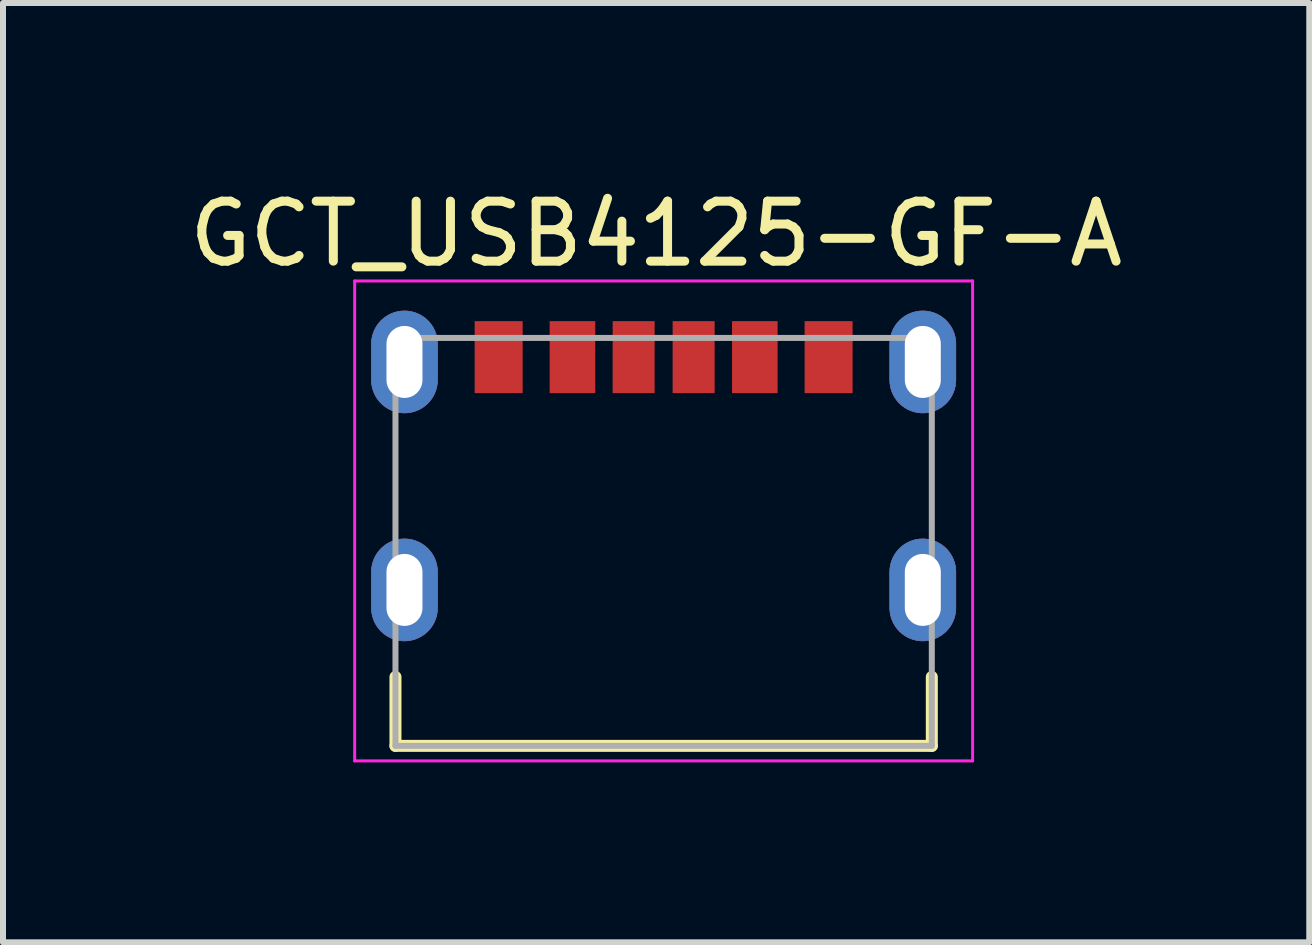
<source format=kicad_pcb>
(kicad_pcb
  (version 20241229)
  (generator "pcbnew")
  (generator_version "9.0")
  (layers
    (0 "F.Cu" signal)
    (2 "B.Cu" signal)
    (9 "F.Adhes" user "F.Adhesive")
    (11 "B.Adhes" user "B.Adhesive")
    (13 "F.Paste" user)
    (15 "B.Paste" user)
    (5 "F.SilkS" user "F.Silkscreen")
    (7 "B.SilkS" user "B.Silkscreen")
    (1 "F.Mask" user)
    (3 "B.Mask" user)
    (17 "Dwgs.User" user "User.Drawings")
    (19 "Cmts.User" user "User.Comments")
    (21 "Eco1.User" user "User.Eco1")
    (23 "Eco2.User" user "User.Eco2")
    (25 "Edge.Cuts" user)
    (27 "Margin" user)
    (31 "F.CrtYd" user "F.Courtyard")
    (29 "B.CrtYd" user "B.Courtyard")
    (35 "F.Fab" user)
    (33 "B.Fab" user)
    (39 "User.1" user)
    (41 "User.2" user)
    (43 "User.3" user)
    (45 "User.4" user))
  (footprint "GCT_USB4125-GF-A"
    (layer "F.Cu")
    (at 8.012 5.983)
    (property "Reference" "GCT_USB4125-GF-A" (at -0.125 -5.135 0) (layer "F.SilkS") (effects (font (size 1 1) (thickness 0.15))))
    (attr through_hole)
    (fp_poly (pts (xy -4.32 -3.85) (xy -4.349 -3.849) (xy -4.377 -3.847) (xy -4.406 -3.843) (xy -4.434 -3.838) (xy -4.462 -3.831) (xy -4.49 -3.823) (xy -4.517 -3.813) (xy -4.544 -3.802) (xy -4.57 -3.79) (xy -4.595 -3.776) (xy -4.62 -3.761) (xy -4.643 -3.745) (xy -4.666 -3.727) (xy -4.688 -3.709) (xy -4.709 -3.689) (xy -4.729 -3.668) (xy -4.747 -3.646) (xy -4.765 -3.623) (xy -4.781 -3.6) (xy -4.796 -3.575) (xy -4.81 -3.55) (xy -4.822 -3.524) (xy -4.833 -3.497) (xy -4.843 -3.47) (xy -4.851 -3.442) (xy -4.858 -3.414) (xy -4.863 -3.386) (xy -4.867 -3.357) (xy -4.869 -3.329) (xy -4.87 -3.3) (xy -4.87 -2.7) (xy -4.869 -2.671) (xy -4.867 -2.643) (xy -4.863 -2.614) (xy -4.858 -2.586) (xy -4.851 -2.558) (xy -4.843 -2.53) (xy -4.833 -2.503) (xy -4.822 -2.476) (xy -4.81 -2.45) (xy -4.796 -2.425) (xy -4.781 -2.4) (xy -4.765 -2.377) (xy -4.747 -2.354) (xy -4.729 -2.332) (xy -4.709 -2.311) (xy -4.688 -2.291) (xy -4.666 -2.273) (xy -4.643 -2.255) (xy -4.62 -2.239) (xy -4.595 -2.224) (xy -4.57 -2.21) (xy -4.544 -2.198) (xy -4.517 -2.187) (xy -4.49 -2.177) (xy -4.462 -2.169) (xy -4.434 -2.162) (xy -4.406 -2.157) (xy -4.377 -2.153) (xy -4.349 -2.151) (xy -4.32 -2.15) (xy -4.291 -2.151) (xy -4.263 -2.153) (xy -4.234 -2.157) (xy -4.206 -2.162) (xy -4.178 -2.169) (xy -4.15 -2.177) (xy -4.123 -2.187) (xy -4.096 -2.198) (xy -4.07 -2.21) (xy -4.045 -2.224) (xy -4.02 -2.239) (xy -3.997 -2.255) (xy -3.974 -2.273) (xy -3.952 -2.291) (xy -3.931 -2.311) (xy -3.911 -2.332) (xy -3.893 -2.354) (xy -3.875 -2.377) (xy -3.859 -2.4) (xy -3.844 -2.425) (xy -3.83 -2.45) (xy -3.818 -2.476) (xy -3.807 -2.503) (xy -3.797 -2.53) (xy -3.789 -2.558) (xy -3.782 -2.586) (xy -3.777 -2.614) (xy -3.773 -2.643) (xy -3.771 -2.671) (xy -3.77 -2.7) (xy -3.77 -3.3) (xy -3.771 -3.329) (xy -3.773 -3.357) (xy -3.777 -3.386) (xy -3.782 -3.414) (xy -3.789 -3.442) (xy -3.797 -3.47) (xy -3.807 -3.497) (xy -3.818 -3.524) (xy -3.83 -3.55) (xy -3.844 -3.575) (xy -3.859 -3.6) (xy -3.875 -3.623) (xy -3.893 -3.646) (xy -3.911 -3.668) (xy -3.931 -3.689) (xy -3.952 -3.709) (xy -3.974 -3.727) (xy -3.997 -3.745) (xy -4.02 -3.761) (xy -4.045 -3.776) (xy -4.07 -3.79) (xy -4.096 -3.802) (xy -4.123 -3.813) (xy -4.15 -3.823) (xy -4.178 -3.831) (xy -4.206 -3.838) (xy -4.234 -3.843) (xy -4.263 -3.847) (xy -4.291 -3.849) (xy -4.32 -3.85)) (stroke (width 0.01) (type solid)) (fill yes) (layer "F.Cu"))
    (fp_poly (pts (xy -4.32 -0.05) (xy -4.349 -0.049) (xy -4.377 -0.047) (xy -4.406 -0.043) (xy -4.434 -0.038) (xy -4.462 -0.031) (xy -4.49 -0.023) (xy -4.517 -0.013) (xy -4.544 -0.002) (xy -4.57 0.01) (xy -4.595 0.024) (xy -4.62 0.039) (xy -4.643 0.055) (xy -4.666 0.073) (xy -4.688 0.091) (xy -4.709 0.111) (xy -4.729 0.132) (xy -4.747 0.154) (xy -4.765 0.177) (xy -4.781 0.2) (xy -4.796 0.225) (xy -4.81 0.25) (xy -4.822 0.276) (xy -4.833 0.303) (xy -4.843 0.33) (xy -4.851 0.358) (xy -4.858 0.386) (xy -4.863 0.414) (xy -4.867 0.443) (xy -4.869 0.471) (xy -4.87 0.5) (xy -4.87 1.1) (xy -4.869 1.129) (xy -4.867 1.157) (xy -4.863 1.186) (xy -4.858 1.214) (xy -4.851 1.242) (xy -4.843 1.27) (xy -4.833 1.297) (xy -4.822 1.324) (xy -4.81 1.35) (xy -4.796 1.375) (xy -4.781 1.4) (xy -4.765 1.423) (xy -4.747 1.446) (xy -4.729 1.468) (xy -4.709 1.489) (xy -4.688 1.509) (xy -4.666 1.527) (xy -4.643 1.545) (xy -4.62 1.561) (xy -4.595 1.576) (xy -4.57 1.59) (xy -4.544 1.602) (xy -4.517 1.613) (xy -4.49 1.623) (xy -4.462 1.631) (xy -4.434 1.638) (xy -4.406 1.643) (xy -4.377 1.647) (xy -4.349 1.649) (xy -4.32 1.65) (xy -4.291 1.649) (xy -4.263 1.647) (xy -4.234 1.643) (xy -4.206 1.638) (xy -4.178 1.631) (xy -4.15 1.623) (xy -4.123 1.613) (xy -4.096 1.602) (xy -4.07 1.59) (xy -4.045 1.576) (xy -4.02 1.561) (xy -3.997 1.545) (xy -3.974 1.527) (xy -3.952 1.509) (xy -3.931 1.489) (xy -3.911 1.468) (xy -3.893 1.446) (xy -3.875 1.423) (xy -3.859 1.4) (xy -3.844 1.375) (xy -3.83 1.35) (xy -3.818 1.324) (xy -3.807 1.297) (xy -3.797 1.27) (xy -3.789 1.242) (xy -3.782 1.214) (xy -3.777 1.186) (xy -3.773 1.157) (xy -3.771 1.129) (xy -3.77 1.1) (xy -3.77 0.5) (xy -3.771 0.471) (xy -3.773 0.443) (xy -3.777 0.414) (xy -3.782 0.386) (xy -3.789 0.358) (xy -3.797 0.33) (xy -3.807 0.303) (xy -3.818 0.276) (xy -3.83 0.25) (xy -3.844 0.225) (xy -3.859 0.2) (xy -3.875 0.177) (xy -3.893 0.154) (xy -3.911 0.132) (xy -3.931 0.111) (xy -3.952 0.091) (xy -3.974 0.073) (xy -3.997 0.055) (xy -4.02 0.039) (xy -4.045 0.024) (xy -4.07 0.01) (xy -4.096 -0.002) (xy -4.123 -0.013) (xy -4.15 -0.023) (xy -4.178 -0.031) (xy -4.206 -0.038) (xy -4.234 -0.043) (xy -4.263 -0.047) (xy -4.291 -0.049) (xy -4.32 -0.05)) (stroke (width 0.01) (type solid)) (fill yes) (layer "F.Cu"))
    (fp_poly (pts (xy 4.32 -3.85) (xy 4.291 -3.849) (xy 4.263 -3.847) (xy 4.234 -3.843) (xy 4.206 -3.838) (xy 4.178 -3.831) (xy 4.15 -3.823) (xy 4.123 -3.813) (xy 4.096 -3.802) (xy 4.07 -3.79) (xy 4.045 -3.776) (xy 4.02 -3.761) (xy 3.997 -3.745) (xy 3.974 -3.727) (xy 3.952 -3.709) (xy 3.931 -3.689) (xy 3.911 -3.668) (xy 3.893 -3.646) (xy 3.875 -3.623) (xy 3.859 -3.6) (xy 3.844 -3.575) (xy 3.83 -3.55) (xy 3.818 -3.524) (xy 3.807 -3.497) (xy 3.797 -3.47) (xy 3.789 -3.442) (xy 3.782 -3.414) (xy 3.777 -3.386) (xy 3.773 -3.357) (xy 3.771 -3.329) (xy 3.77 -3.3) (xy 3.77 -2.7) (xy 3.771 -2.671) (xy 3.773 -2.643) (xy 3.777 -2.614) (xy 3.782 -2.586) (xy 3.789 -2.558) (xy 3.797 -2.53) (xy 3.807 -2.503) (xy 3.818 -2.476) (xy 3.83 -2.45) (xy 3.844 -2.425) (xy 3.859 -2.4) (xy 3.875 -2.377) (xy 3.893 -2.354) (xy 3.911 -2.332) (xy 3.931 -2.311) (xy 3.952 -2.291) (xy 3.974 -2.273) (xy 3.997 -2.255) (xy 4.02 -2.239) (xy 4.045 -2.224) (xy 4.07 -2.21) (xy 4.096 -2.198) (xy 4.123 -2.187) (xy 4.15 -2.177) (xy 4.178 -2.169) (xy 4.206 -2.162) (xy 4.234 -2.157) (xy 4.263 -2.153) (xy 4.291 -2.151) (xy 4.32 -2.15) (xy 4.349 -2.151) (xy 4.377 -2.153) (xy 4.406 -2.157) (xy 4.434 -2.162) (xy 4.462 -2.169) (xy 4.49 -2.177) (xy 4.517 -2.187) (xy 4.544 -2.198) (xy 4.57 -2.21) (xy 4.595 -2.224) (xy 4.62 -2.239) (xy 4.643 -2.255) (xy 4.666 -2.273) (xy 4.688 -2.291) (xy 4.709 -2.311) (xy 4.729 -2.332) (xy 4.747 -2.354) (xy 4.765 -2.377) (xy 4.781 -2.4) (xy 4.796 -2.425) (xy 4.81 -2.45) (xy 4.822 -2.476) (xy 4.833 -2.503) (xy 4.843 -2.53) (xy 4.851 -2.558) (xy 4.858 -2.586) (xy 4.863 -2.614) (xy 4.867 -2.643) (xy 4.869 -2.671) (xy 4.87 -2.7) (xy 4.87 -3.3) (xy 4.869 -3.329) (xy 4.867 -3.357) (xy 4.863 -3.386) (xy 4.858 -3.414) (xy 4.851 -3.442) (xy 4.843 -3.47) (xy 4.833 -3.497) (xy 4.822 -3.524) (xy 4.81 -3.55) (xy 4.796 -3.575) (xy 4.781 -3.6) (xy 4.765 -3.623) (xy 4.747 -3.646) (xy 4.729 -3.668) (xy 4.709 -3.689) (xy 4.688 -3.709) (xy 4.666 -3.727) (xy 4.643 -3.745) (xy 4.62 -3.761) (xy 4.595 -3.776) (xy 4.57 -3.79) (xy 4.544 -3.802) (xy 4.517 -3.813) (xy 4.49 -3.823) (xy 4.462 -3.831) (xy 4.434 -3.838) (xy 4.406 -3.843) (xy 4.377 -3.847) (xy 4.349 -3.849) (xy 4.32 -3.85)) (stroke (width 0.01) (type solid)) (fill yes) (layer "F.Cu"))
    (fp_poly (pts (xy 4.32 -0.05) (xy 4.291 -0.049) (xy 4.263 -0.047) (xy 4.234 -0.043) (xy 4.206 -0.038) (xy 4.178 -0.031) (xy 4.15 -0.023) (xy 4.123 -0.013) (xy 4.096 -0.002) (xy 4.07 0.01) (xy 4.045 0.024) (xy 4.02 0.039) (xy 3.997 0.055) (xy 3.974 0.073) (xy 3.952 0.091) (xy 3.931 0.111) (xy 3.911 0.132) (xy 3.893 0.154) (xy 3.875 0.177) (xy 3.859 0.2) (xy 3.844 0.225) (xy 3.83 0.25) (xy 3.818 0.276) (xy 3.807 0.303) (xy 3.797 0.33) (xy 3.789 0.358) (xy 3.782 0.386) (xy 3.777 0.414) (xy 3.773 0.443) (xy 3.771 0.471) (xy 3.77 0.5) (xy 3.77 1.1) (xy 3.771 1.129) (xy 3.773 1.157) (xy 3.777 1.186) (xy 3.782 1.214) (xy 3.789 1.242) (xy 3.797 1.27) (xy 3.807 1.297) (xy 3.818 1.324) (xy 3.83 1.35) (xy 3.844 1.375) (xy 3.859 1.4) (xy 3.875 1.423) (xy 3.893 1.446) (xy 3.911 1.468) (xy 3.931 1.489) (xy 3.952 1.509) (xy 3.974 1.527) (xy 3.997 1.545) (xy 4.02 1.561) (xy 4.045 1.576) (xy 4.07 1.59) (xy 4.096 1.602) (xy 4.123 1.613) (xy 4.15 1.623) (xy 4.178 1.631) (xy 4.206 1.638) (xy 4.234 1.643) (xy 4.263 1.647) (xy 4.291 1.649) (xy 4.32 1.65) (xy 4.349 1.649) (xy 4.377 1.647) (xy 4.406 1.643) (xy 4.434 1.638) (xy 4.462 1.631) (xy 4.49 1.623) (xy 4.517 1.613) (xy 4.544 1.602) (xy 4.57 1.59) (xy 4.595 1.576) (xy 4.62 1.561) (xy 4.643 1.545) (xy 4.666 1.527) (xy 4.688 1.509) (xy 4.709 1.489) (xy 4.729 1.468) (xy 4.747 1.446) (xy 4.765 1.423) (xy 4.781 1.4) (xy 4.796 1.375) (xy 4.81 1.35) (xy 4.822 1.324) (xy 4.833 1.297) (xy 4.843 1.27) (xy 4.851 1.242) (xy 4.858 1.214) (xy 4.863 1.186) (xy 4.867 1.157) (xy 4.869 1.129) (xy 4.87 1.1) (xy 4.87 0.5) (xy 4.869 0.471) (xy 4.867 0.443) (xy 4.863 0.414) (xy 4.858 0.386) (xy 4.851 0.358) (xy 4.843 0.33) (xy 4.833 0.303) (xy 4.822 0.276) (xy 4.81 0.25) (xy 4.796 0.225) (xy 4.781 0.2) (xy 4.765 0.177) (xy 4.747 0.154) (xy 4.729 0.132) (xy 4.709 0.111) (xy 4.688 0.091) (xy 4.666 0.073) (xy 4.643 0.055) (xy 4.62 0.039) (xy 4.595 0.024) (xy 4.57 0.01) (xy 4.544 -0.002) (xy 4.517 -0.013) (xy 4.49 -0.023) (xy 4.462 -0.031) (xy 4.434 -0.038) (xy 4.406 -0.043) (xy 4.377 -0.047) (xy 4.349 -0.049) (xy 4.32 -0.05)) (stroke (width 0.01) (type solid)) (fill yes) (layer "F.Cu"))
    (fp_poly (pts (xy -4.32 -3.95) (xy -4.354 -3.949) (xy -4.388 -3.946) (xy -4.422 -3.942) (xy -4.455 -3.936) (xy -4.488 -3.928) (xy -4.521 -3.918) (xy -4.553 -3.907) (xy -4.584 -3.894) (xy -4.615 -3.879) (xy -4.645 -3.863) (xy -4.674 -3.845) (xy -4.702 -3.826) (xy -4.729 -3.805) (xy -4.755 -3.783) (xy -4.78 -3.76) (xy -4.803 -3.735) (xy -4.825 -3.709) (xy -4.846 -3.682) (xy -4.865 -3.654) (xy -4.883 -3.625) (xy -4.899 -3.595) (xy -4.914 -3.564) (xy -4.927 -3.533) (xy -4.938 -3.501) (xy -4.948 -3.468) (xy -4.956 -3.435) (xy -4.962 -3.402) (xy -4.966 -3.368) (xy -4.969 -3.334) (xy -4.97 -3.3) (xy -4.97 -2.7) (xy -4.969 -2.666) (xy -4.966 -2.632) (xy -4.962 -2.598) (xy -4.956 -2.565) (xy -4.948 -2.532) (xy -4.938 -2.499) (xy -4.927 -2.467) (xy -4.914 -2.436) (xy -4.899 -2.405) (xy -4.883 -2.375) (xy -4.865 -2.346) (xy -4.846 -2.318) (xy -4.825 -2.291) (xy -4.803 -2.265) (xy -4.78 -2.24) (xy -4.755 -2.217) (xy -4.729 -2.195) (xy -4.702 -2.174) (xy -4.674 -2.155) (xy -4.645 -2.137) (xy -4.615 -2.121) (xy -4.584 -2.106) (xy -4.553 -2.093) (xy -4.521 -2.082) (xy -4.488 -2.072) (xy -4.455 -2.064) (xy -4.422 -2.058) (xy -4.388 -2.054) (xy -4.354 -2.051) (xy -4.32 -2.05) (xy -4.286 -2.051) (xy -4.252 -2.054) (xy -4.218 -2.058) (xy -4.185 -2.064) (xy -4.152 -2.072) (xy -4.119 -2.082) (xy -4.087 -2.093) (xy -4.056 -2.106) (xy -4.025 -2.121) (xy -3.995 -2.137) (xy -3.966 -2.155) (xy -3.938 -2.174) (xy -3.911 -2.195) (xy -3.885 -2.217) (xy -3.86 -2.24) (xy -3.837 -2.265) (xy -3.815 -2.291) (xy -3.794 -2.318) (xy -3.775 -2.346) (xy -3.757 -2.375) (xy -3.741 -2.405) (xy -3.726 -2.436) (xy -3.713 -2.467) (xy -3.702 -2.499) (xy -3.692 -2.532) (xy -3.684 -2.565) (xy -3.678 -2.598) (xy -3.674 -2.632) (xy -3.671 -2.666) (xy -3.67 -2.7) (xy -3.67 -3.3) (xy -3.671 -3.334) (xy -3.674 -3.368) (xy -3.678 -3.402) (xy -3.684 -3.435) (xy -3.692 -3.468) (xy -3.702 -3.501) (xy -3.713 -3.533) (xy -3.726 -3.564) (xy -3.741 -3.595) (xy -3.757 -3.625) (xy -3.775 -3.654) (xy -3.794 -3.682) (xy -3.815 -3.709) (xy -3.837 -3.735) (xy -3.86 -3.76) (xy -3.885 -3.783) (xy -3.911 -3.805) (xy -3.938 -3.826) (xy -3.966 -3.845) (xy -3.995 -3.863) (xy -4.025 -3.879) (xy -4.056 -3.894) (xy -4.087 -3.907) (xy -4.119 -3.918) (xy -4.152 -3.928) (xy -4.185 -3.936) (xy -4.218 -3.942) (xy -4.252 -3.946) (xy -4.286 -3.949) (xy -4.32 -3.95)) (stroke (width 0.01) (type solid)) (fill yes) (layer "F.Mask"))
    (fp_poly (pts (xy -4.32 -0.15) (xy -4.354 -0.149) (xy -4.388 -0.146) (xy -4.422 -0.142) (xy -4.455 -0.136) (xy -4.488 -0.128) (xy -4.521 -0.118) (xy -4.553 -0.107) (xy -4.584 -0.094) (xy -4.615 -0.079) (xy -4.645 -0.063) (xy -4.674 -0.045) (xy -4.702 -0.026) (xy -4.729 -0.005) (xy -4.755 0.017) (xy -4.78 0.04) (xy -4.803 0.065) (xy -4.825 0.091) (xy -4.846 0.118) (xy -4.865 0.146) (xy -4.883 0.175) (xy -4.899 0.205) (xy -4.914 0.236) (xy -4.927 0.267) (xy -4.938 0.299) (xy -4.948 0.332) (xy -4.956 0.365) (xy -4.962 0.398) (xy -4.966 0.432) (xy -4.969 0.466) (xy -4.97 0.5) (xy -4.97 1.1) (xy -4.969 1.134) (xy -4.966 1.168) (xy -4.962 1.202) (xy -4.956 1.235) (xy -4.948 1.268) (xy -4.938 1.301) (xy -4.927 1.333) (xy -4.914 1.364) (xy -4.899 1.395) (xy -4.883 1.425) (xy -4.865 1.454) (xy -4.846 1.482) (xy -4.825 1.509) (xy -4.803 1.535) (xy -4.78 1.56) (xy -4.755 1.583) (xy -4.729 1.605) (xy -4.702 1.626) (xy -4.674 1.645) (xy -4.645 1.663) (xy -4.615 1.679) (xy -4.584 1.694) (xy -4.553 1.707) (xy -4.521 1.718) (xy -4.488 1.728) (xy -4.455 1.736) (xy -4.422 1.742) (xy -4.388 1.746) (xy -4.354 1.749) (xy -4.32 1.75) (xy -4.286 1.749) (xy -4.252 1.746) (xy -4.218 1.742) (xy -4.185 1.736) (xy -4.152 1.728) (xy -4.119 1.718) (xy -4.087 1.707) (xy -4.056 1.694) (xy -4.025 1.679) (xy -3.995 1.663) (xy -3.966 1.645) (xy -3.938 1.626) (xy -3.911 1.605) (xy -3.885 1.583) (xy -3.86 1.56) (xy -3.837 1.535) (xy -3.815 1.509) (xy -3.794 1.482) (xy -3.775 1.454) (xy -3.757 1.425) (xy -3.741 1.395) (xy -3.726 1.364) (xy -3.713 1.333) (xy -3.702 1.301) (xy -3.692 1.268) (xy -3.684 1.235) (xy -3.678 1.202) (xy -3.674 1.168) (xy -3.671 1.134) (xy -3.67 1.1) (xy -3.67 0.5) (xy -3.671 0.466) (xy -3.674 0.432) (xy -3.678 0.398) (xy -3.684 0.365) (xy -3.692 0.332) (xy -3.702 0.299) (xy -3.713 0.267) (xy -3.726 0.236) (xy -3.741 0.205) (xy -3.757 0.175) (xy -3.775 0.146) (xy -3.794 0.118) (xy -3.815 0.091) (xy -3.837 0.065) (xy -3.86 0.04) (xy -3.885 0.017) (xy -3.911 -0.005) (xy -3.938 -0.026) (xy -3.966 -0.045) (xy -3.995 -0.063) (xy -4.025 -0.079) (xy -4.056 -0.094) (xy -4.087 -0.107) (xy -4.119 -0.118) (xy -4.152 -0.128) (xy -4.185 -0.136) (xy -4.218 -0.142) (xy -4.252 -0.146) (xy -4.286 -0.149) (xy -4.32 -0.15)) (stroke (width 0.01) (type solid)) (fill yes) (layer "F.Mask"))
    (fp_poly (pts (xy 4.32 -3.95) (xy 4.286 -3.949) (xy 4.252 -3.946) (xy 4.218 -3.942) (xy 4.185 -3.936) (xy 4.152 -3.928) (xy 4.119 -3.918) (xy 4.087 -3.907) (xy 4.056 -3.894) (xy 4.025 -3.879) (xy 3.995 -3.863) (xy 3.966 -3.845) (xy 3.938 -3.826) (xy 3.911 -3.805) (xy 3.885 -3.783) (xy 3.86 -3.76) (xy 3.837 -3.735) (xy 3.815 -3.709) (xy 3.794 -3.682) (xy 3.775 -3.654) (xy 3.757 -3.625) (xy 3.741 -3.595) (xy 3.726 -3.564) (xy 3.713 -3.533) (xy 3.702 -3.501) (xy 3.692 -3.468) (xy 3.684 -3.435) (xy 3.678 -3.402) (xy 3.674 -3.368) (xy 3.671 -3.334) (xy 3.67 -3.3) (xy 3.67 -2.7) (xy 3.671 -2.666) (xy 3.674 -2.632) (xy 3.678 -2.598) (xy 3.684 -2.565) (xy 3.692 -2.532) (xy 3.702 -2.499) (xy 3.713 -2.467) (xy 3.726 -2.436) (xy 3.741 -2.405) (xy 3.757 -2.375) (xy 3.775 -2.346) (xy 3.794 -2.318) (xy 3.815 -2.291) (xy 3.837 -2.265) (xy 3.86 -2.24) (xy 3.885 -2.217) (xy 3.911 -2.195) (xy 3.938 -2.174) (xy 3.966 -2.155) (xy 3.995 -2.137) (xy 4.025 -2.121) (xy 4.056 -2.106) (xy 4.087 -2.093) (xy 4.119 -2.082) (xy 4.152 -2.072) (xy 4.185 -2.064) (xy 4.218 -2.058) (xy 4.252 -2.054) (xy 4.286 -2.051) (xy 4.32 -2.05) (xy 4.354 -2.051) (xy 4.388 -2.054) (xy 4.422 -2.058) (xy 4.455 -2.064) (xy 4.488 -2.072) (xy 4.521 -2.082) (xy 4.553 -2.093) (xy 4.584 -2.106) (xy 4.615 -2.121) (xy 4.645 -2.137) (xy 4.674 -2.155) (xy 4.702 -2.174) (xy 4.729 -2.195) (xy 4.755 -2.217) (xy 4.78 -2.24) (xy 4.803 -2.265) (xy 4.825 -2.291) (xy 4.846 -2.318) (xy 4.865 -2.346) (xy 4.883 -2.375) (xy 4.899 -2.405) (xy 4.914 -2.436) (xy 4.927 -2.467) (xy 4.938 -2.499) (xy 4.948 -2.532) (xy 4.956 -2.565) (xy 4.962 -2.598) (xy 4.966 -2.632) (xy 4.969 -2.666) (xy 4.97 -2.7) (xy 4.97 -3.3) (xy 4.969 -3.334) (xy 4.966 -3.368) (xy 4.962 -3.402) (xy 4.956 -3.435) (xy 4.948 -3.468) (xy 4.938 -3.501) (xy 4.927 -3.533) (xy 4.914 -3.564) (xy 4.899 -3.595) (xy 4.883 -3.625) (xy 4.865 -3.654) (xy 4.846 -3.682) (xy 4.825 -3.709) (xy 4.803 -3.735) (xy 4.78 -3.76) (xy 4.755 -3.783) (xy 4.729 -3.805) (xy 4.702 -3.826) (xy 4.674 -3.845) (xy 4.645 -3.863) (xy 4.615 -3.879) (xy 4.584 -3.894) (xy 4.553 -3.907) (xy 4.521 -3.918) (xy 4.488 -3.928) (xy 4.455 -3.936) (xy 4.422 -3.942) (xy 4.388 -3.946) (xy 4.354 -3.949) (xy 4.32 -3.95)) (stroke (width 0.01) (type solid)) (fill yes) (layer "F.Mask"))
    (fp_poly (pts (xy 4.32 -0.15) (xy 4.286 -0.149) (xy 4.252 -0.146) (xy 4.218 -0.142) (xy 4.185 -0.136) (xy 4.152 -0.128) (xy 4.119 -0.118) (xy 4.087 -0.107) (xy 4.056 -0.094) (xy 4.025 -0.079) (xy 3.995 -0.063) (xy 3.966 -0.045) (xy 3.938 -0.026) (xy 3.911 -0.005) (xy 3.885 0.017) (xy 3.86 0.04) (xy 3.837 0.065) (xy 3.815 0.091) (xy 3.794 0.118) (xy 3.775 0.146) (xy 3.757 0.175) (xy 3.741 0.205) (xy 3.726 0.236) (xy 3.713 0.267) (xy 3.702 0.299) (xy 3.692 0.332) (xy 3.684 0.365) (xy 3.678 0.398) (xy 3.674 0.432) (xy 3.671 0.466) (xy 3.67 0.5) (xy 3.67 1.1) (xy 3.671 1.134) (xy 3.674 1.168) (xy 3.678 1.202) (xy 3.684 1.235) (xy 3.692 1.268) (xy 3.702 1.301) (xy 3.713 1.333) (xy 3.726 1.364) (xy 3.741 1.395) (xy 3.757 1.425) (xy 3.775 1.454) (xy 3.794 1.482) (xy 3.815 1.509) (xy 3.837 1.535) (xy 3.86 1.56) (xy 3.885 1.583) (xy 3.911 1.605) (xy 3.938 1.626) (xy 3.966 1.645) (xy 3.995 1.663) (xy 4.025 1.679) (xy 4.056 1.694) (xy 4.087 1.707) (xy 4.119 1.718) (xy 4.152 1.728) (xy 4.185 1.736) (xy 4.218 1.742) (xy 4.252 1.746) (xy 4.286 1.749) (xy 4.32 1.75) (xy 4.354 1.749) (xy 4.388 1.746) (xy 4.422 1.742) (xy 4.455 1.736) (xy 4.488 1.728) (xy 4.521 1.718) (xy 4.553 1.707) (xy 4.584 1.694) (xy 4.615 1.679) (xy 4.645 1.663) (xy 4.674 1.645) (xy 4.702 1.626) (xy 4.729 1.605) (xy 4.755 1.583) (xy 4.78 1.56) (xy 4.803 1.535) (xy 4.825 1.509) (xy 4.846 1.482) (xy 4.865 1.454) (xy 4.883 1.425) (xy 4.899 1.395) (xy 4.914 1.364) (xy 4.927 1.333) (xy 4.938 1.301) (xy 4.948 1.268) (xy 4.956 1.235) (xy 4.962 1.202) (xy 4.966 1.168) (xy 4.969 1.134) (xy 4.97 1.1) (xy 4.97 0.5) (xy 4.969 0.466) (xy 4.966 0.432) (xy 4.962 0.398) (xy 4.956 0.365) (xy 4.948 0.332) (xy 4.938 0.299) (xy 4.927 0.267) (xy 4.914 0.236) (xy 4.899 0.205) (xy 4.883 0.175) (xy 4.865 0.146) (xy 4.846 0.118) (xy 4.825 0.091) (xy 4.803 0.065) (xy 4.78 0.04) (xy 4.755 0.017) (xy 4.729 -0.005) (xy 4.702 -0.026) (xy 4.674 -0.045) (xy 4.645 -0.063) (xy 4.615 -0.079) (xy 4.584 -0.094) (xy 4.553 -0.107) (xy 4.521 -0.118) (xy 4.488 -0.128) (xy 4.455 -0.136) (xy 4.422 -0.142) (xy 4.388 -0.146) (xy 4.354 -0.149) (xy 4.32 -0.15)) (stroke (width 0.01) (type solid)) (fill yes) (layer "F.Mask"))
    (fp_poly (pts (xy -4.32 -3.85) (xy -4.349 -3.849) (xy -4.377 -3.847) (xy -4.406 -3.843) (xy -4.434 -3.838) (xy -4.462 -3.831) (xy -4.49 -3.823) (xy -4.517 -3.813) (xy -4.544 -3.802) (xy -4.57 -3.79) (xy -4.595 -3.776) (xy -4.62 -3.761) (xy -4.643 -3.745) (xy -4.666 -3.727) (xy -4.688 -3.709) (xy -4.709 -3.689) (xy -4.729 -3.668) (xy -4.747 -3.646) (xy -4.765 -3.623) (xy -4.781 -3.6) (xy -4.796 -3.575) (xy -4.81 -3.55) (xy -4.822 -3.524) (xy -4.833 -3.497) (xy -4.843 -3.47) (xy -4.851 -3.442) (xy -4.858 -3.414) (xy -4.863 -3.386) (xy -4.867 -3.357) (xy -4.869 -3.329) (xy -4.87 -3.3) (xy -4.87 -2.7) (xy -4.869 -2.671) (xy -4.867 -2.643) (xy -4.863 -2.614) (xy -4.858 -2.586) (xy -4.851 -2.558) (xy -4.843 -2.53) (xy -4.833 -2.503) (xy -4.822 -2.476) (xy -4.81 -2.45) (xy -4.796 -2.425) (xy -4.781 -2.4) (xy -4.765 -2.377) (xy -4.747 -2.354) (xy -4.729 -2.332) (xy -4.709 -2.311) (xy -4.688 -2.291) (xy -4.666 -2.273) (xy -4.643 -2.255) (xy -4.62 -2.239) (xy -4.595 -2.224) (xy -4.57 -2.21) (xy -4.544 -2.198) (xy -4.517 -2.187) (xy -4.49 -2.177) (xy -4.462 -2.169) (xy -4.434 -2.162) (xy -4.406 -2.157) (xy -4.377 -2.153) (xy -4.349 -2.151) (xy -4.32 -2.15) (xy -4.291 -2.151) (xy -4.263 -2.153) (xy -4.234 -2.157) (xy -4.206 -2.162) (xy -4.178 -2.169) (xy -4.15 -2.177) (xy -4.123 -2.187) (xy -4.096 -2.198) (xy -4.07 -2.21) (xy -4.045 -2.224) (xy -4.02 -2.239) (xy -3.997 -2.255) (xy -3.974 -2.273) (xy -3.952 -2.291) (xy -3.931 -2.311) (xy -3.911 -2.332) (xy -3.893 -2.354) (xy -3.875 -2.377) (xy -3.859 -2.4) (xy -3.844 -2.425) (xy -3.83 -2.45) (xy -3.818 -2.476) (xy -3.807 -2.503) (xy -3.797 -2.53) (xy -3.789 -2.558) (xy -3.782 -2.586) (xy -3.777 -2.614) (xy -3.773 -2.643) (xy -3.771 -2.671) (xy -3.77 -2.7) (xy -3.77 -3.3) (xy -3.771 -3.329) (xy -3.773 -3.357) (xy -3.777 -3.386) (xy -3.782 -3.414) (xy -3.789 -3.442) (xy -3.797 -3.47) (xy -3.807 -3.497) (xy -3.818 -3.524) (xy -3.83 -3.55) (xy -3.844 -3.575) (xy -3.859 -3.6) (xy -3.875 -3.623) (xy -3.893 -3.646) (xy -3.911 -3.668) (xy -3.931 -3.689) (xy -3.952 -3.709) (xy -3.974 -3.727) (xy -3.997 -3.745) (xy -4.02 -3.761) (xy -4.045 -3.776) (xy -4.07 -3.79) (xy -4.096 -3.802) (xy -4.123 -3.813) (xy -4.15 -3.823) (xy -4.178 -3.831) (xy -4.206 -3.838) (xy -4.234 -3.843) (xy -4.263 -3.847) (xy -4.291 -3.849) (xy -4.32 -3.85)) (stroke (width 0.01) (type solid)) (fill yes) (layer "B.Cu"))
    (fp_poly (pts (xy -4.32 -0.05) (xy -4.349 -0.049) (xy -4.377 -0.047) (xy -4.406 -0.043) (xy -4.434 -0.038) (xy -4.462 -0.031) (xy -4.49 -0.023) (xy -4.517 -0.013) (xy -4.544 -0.002) (xy -4.57 0.01) (xy -4.595 0.024) (xy -4.62 0.039) (xy -4.643 0.055) (xy -4.666 0.073) (xy -4.688 0.091) (xy -4.709 0.111) (xy -4.729 0.132) (xy -4.747 0.154) (xy -4.765 0.177) (xy -4.781 0.2) (xy -4.796 0.225) (xy -4.81 0.25) (xy -4.822 0.276) (xy -4.833 0.303) (xy -4.843 0.33) (xy -4.851 0.358) (xy -4.858 0.386) (xy -4.863 0.414) (xy -4.867 0.443) (xy -4.869 0.471) (xy -4.87 0.5) (xy -4.87 1.1) (xy -4.869 1.129) (xy -4.867 1.157) (xy -4.863 1.186) (xy -4.858 1.214) (xy -4.851 1.242) (xy -4.843 1.27) (xy -4.833 1.297) (xy -4.822 1.324) (xy -4.81 1.35) (xy -4.796 1.375) (xy -4.781 1.4) (xy -4.765 1.423) (xy -4.747 1.446) (xy -4.729 1.468) (xy -4.709 1.489) (xy -4.688 1.509) (xy -4.666 1.527) (xy -4.643 1.545) (xy -4.62 1.561) (xy -4.595 1.576) (xy -4.57 1.59) (xy -4.544 1.602) (xy -4.517 1.613) (xy -4.49 1.623) (xy -4.462 1.631) (xy -4.434 1.638) (xy -4.406 1.643) (xy -4.377 1.647) (xy -4.349 1.649) (xy -4.32 1.65) (xy -4.291 1.649) (xy -4.263 1.647) (xy -4.234 1.643) (xy -4.206 1.638) (xy -4.178 1.631) (xy -4.15 1.623) (xy -4.123 1.613) (xy -4.096 1.602) (xy -4.07 1.59) (xy -4.045 1.576) (xy -4.02 1.561) (xy -3.997 1.545) (xy -3.974 1.527) (xy -3.952 1.509) (xy -3.931 1.489) (xy -3.911 1.468) (xy -3.893 1.446) (xy -3.875 1.423) (xy -3.859 1.4) (xy -3.844 1.375) (xy -3.83 1.35) (xy -3.818 1.324) (xy -3.807 1.297) (xy -3.797 1.27) (xy -3.789 1.242) (xy -3.782 1.214) (xy -3.777 1.186) (xy -3.773 1.157) (xy -3.771 1.129) (xy -3.77 1.1) (xy -3.77 0.5) (xy -3.771 0.471) (xy -3.773 0.443) (xy -3.777 0.414) (xy -3.782 0.386) (xy -3.789 0.358) (xy -3.797 0.33) (xy -3.807 0.303) (xy -3.818 0.276) (xy -3.83 0.25) (xy -3.844 0.225) (xy -3.859 0.2) (xy -3.875 0.177) (xy -3.893 0.154) (xy -3.911 0.132) (xy -3.931 0.111) (xy -3.952 0.091) (xy -3.974 0.073) (xy -3.997 0.055) (xy -4.02 0.039) (xy -4.045 0.024) (xy -4.07 0.01) (xy -4.096 -0.002) (xy -4.123 -0.013) (xy -4.15 -0.023) (xy -4.178 -0.031) (xy -4.206 -0.038) (xy -4.234 -0.043) (xy -4.263 -0.047) (xy -4.291 -0.049) (xy -4.32 -0.05)) (stroke (width 0.01) (type solid)) (fill yes) (layer "B.Cu"))
    (fp_poly (pts (xy 4.32 -3.85) (xy 4.291 -3.849) (xy 4.263 -3.847) (xy 4.234 -3.843) (xy 4.206 -3.838) (xy 4.178 -3.831) (xy 4.15 -3.823) (xy 4.123 -3.813) (xy 4.096 -3.802) (xy 4.07 -3.79) (xy 4.045 -3.776) (xy 4.02 -3.761) (xy 3.997 -3.745) (xy 3.974 -3.727) (xy 3.952 -3.709) (xy 3.931 -3.689) (xy 3.911 -3.668) (xy 3.893 -3.646) (xy 3.875 -3.623) (xy 3.859 -3.6) (xy 3.844 -3.575) (xy 3.83 -3.55) (xy 3.818 -3.524) (xy 3.807 -3.497) (xy 3.797 -3.47) (xy 3.789 -3.442) (xy 3.782 -3.414) (xy 3.777 -3.386) (xy 3.773 -3.357) (xy 3.771 -3.329) (xy 3.77 -3.3) (xy 3.77 -2.7) (xy 3.771 -2.671) (xy 3.773 -2.643) (xy 3.777 -2.614) (xy 3.782 -2.586) (xy 3.789 -2.558) (xy 3.797 -2.53) (xy 3.807 -2.503) (xy 3.818 -2.476) (xy 3.83 -2.45) (xy 3.844 -2.425) (xy 3.859 -2.4) (xy 3.875 -2.377) (xy 3.893 -2.354) (xy 3.911 -2.332) (xy 3.931 -2.311) (xy 3.952 -2.291) (xy 3.974 -2.273) (xy 3.997 -2.255) (xy 4.02 -2.239) (xy 4.045 -2.224) (xy 4.07 -2.21) (xy 4.096 -2.198) (xy 4.123 -2.187) (xy 4.15 -2.177) (xy 4.178 -2.169) (xy 4.206 -2.162) (xy 4.234 -2.157) (xy 4.263 -2.153) (xy 4.291 -2.151) (xy 4.32 -2.15) (xy 4.349 -2.151) (xy 4.377 -2.153) (xy 4.406 -2.157) (xy 4.434 -2.162) (xy 4.462 -2.169) (xy 4.49 -2.177) (xy 4.517 -2.187) (xy 4.544 -2.198) (xy 4.57 -2.21) (xy 4.595 -2.224) (xy 4.62 -2.239) (xy 4.643 -2.255) (xy 4.666 -2.273) (xy 4.688 -2.291) (xy 4.709 -2.311) (xy 4.729 -2.332) (xy 4.747 -2.354) (xy 4.765 -2.377) (xy 4.781 -2.4) (xy 4.796 -2.425) (xy 4.81 -2.45) (xy 4.822 -2.476) (xy 4.833 -2.503) (xy 4.843 -2.53) (xy 4.851 -2.558) (xy 4.858 -2.586) (xy 4.863 -2.614) (xy 4.867 -2.643) (xy 4.869 -2.671) (xy 4.87 -2.7) (xy 4.87 -3.3) (xy 4.869 -3.329) (xy 4.867 -3.357) (xy 4.863 -3.386) (xy 4.858 -3.414) (xy 4.851 -3.442) (xy 4.843 -3.47) (xy 4.833 -3.497) (xy 4.822 -3.524) (xy 4.81 -3.55) (xy 4.796 -3.575) (xy 4.781 -3.6) (xy 4.765 -3.623) (xy 4.747 -3.646) (xy 4.729 -3.668) (xy 4.709 -3.689) (xy 4.688 -3.709) (xy 4.666 -3.727) (xy 4.643 -3.745) (xy 4.62 -3.761) (xy 4.595 -3.776) (xy 4.57 -3.79) (xy 4.544 -3.802) (xy 4.517 -3.813) (xy 4.49 -3.823) (xy 4.462 -3.831) (xy 4.434 -3.838) (xy 4.406 -3.843) (xy 4.377 -3.847) (xy 4.349 -3.849) (xy 4.32 -3.85)) (stroke (width 0.01) (type solid)) (fill yes) (layer "B.Cu"))
    (fp_poly (pts (xy 4.32 -0.05) (xy 4.291 -0.049) (xy 4.263 -0.047) (xy 4.234 -0.043) (xy 4.206 -0.038) (xy 4.178 -0.031) (xy 4.15 -0.023) (xy 4.123 -0.013) (xy 4.096 -0.002) (xy 4.07 0.01) (xy 4.045 0.024) (xy 4.02 0.039) (xy 3.997 0.055) (xy 3.974 0.073) (xy 3.952 0.091) (xy 3.931 0.111) (xy 3.911 0.132) (xy 3.893 0.154) (xy 3.875 0.177) (xy 3.859 0.2) (xy 3.844 0.225) (xy 3.83 0.25) (xy 3.818 0.276) (xy 3.807 0.303) (xy 3.797 0.33) (xy 3.789 0.358) (xy 3.782 0.386) (xy 3.777 0.414) (xy 3.773 0.443) (xy 3.771 0.471) (xy 3.77 0.5) (xy 3.77 1.1) (xy 3.771 1.129) (xy 3.773 1.157) (xy 3.777 1.186) (xy 3.782 1.214) (xy 3.789 1.242) (xy 3.797 1.27) (xy 3.807 1.297) (xy 3.818 1.324) (xy 3.83 1.35) (xy 3.844 1.375) (xy 3.859 1.4) (xy 3.875 1.423) (xy 3.893 1.446) (xy 3.911 1.468) (xy 3.931 1.489) (xy 3.952 1.509) (xy 3.974 1.527) (xy 3.997 1.545) (xy 4.02 1.561) (xy 4.045 1.576) (xy 4.07 1.59) (xy 4.096 1.602) (xy 4.123 1.613) (xy 4.15 1.623) (xy 4.178 1.631) (xy 4.206 1.638) (xy 4.234 1.643) (xy 4.263 1.647) (xy 4.291 1.649) (xy 4.32 1.65) (xy 4.349 1.649) (xy 4.377 1.647) (xy 4.406 1.643) (xy 4.434 1.638) (xy 4.462 1.631) (xy 4.49 1.623) (xy 4.517 1.613) (xy 4.544 1.602) (xy 4.57 1.59) (xy 4.595 1.576) (xy 4.62 1.561) (xy 4.643 1.545) (xy 4.666 1.527) (xy 4.688 1.509) (xy 4.709 1.489) (xy 4.729 1.468) (xy 4.747 1.446) (xy 4.765 1.423) (xy 4.781 1.4) (xy 4.796 1.375) (xy 4.81 1.35) (xy 4.822 1.324) (xy 4.833 1.297) (xy 4.843 1.27) (xy 4.851 1.242) (xy 4.858 1.214) (xy 4.863 1.186) (xy 4.867 1.157) (xy 4.869 1.129) (xy 4.87 1.1) (xy 4.87 0.5) (xy 4.869 0.471) (xy 4.867 0.443) (xy 4.863 0.414) (xy 4.858 0.386) (xy 4.851 0.358) (xy 4.843 0.33) (xy 4.833 0.303) (xy 4.822 0.276) (xy 4.81 0.25) (xy 4.796 0.225) (xy 4.781 0.2) (xy 4.765 0.177) (xy 4.747 0.154) (xy 4.729 0.132) (xy 4.709 0.111) (xy 4.688 0.091) (xy 4.666 0.073) (xy 4.643 0.055) (xy 4.62 0.039) (xy 4.595 0.024) (xy 4.57 0.01) (xy 4.544 -0.002) (xy 4.517 -0.013) (xy 4.49 -0.023) (xy 4.462 -0.031) (xy 4.434 -0.038) (xy 4.406 -0.043) (xy 4.377 -0.047) (xy 4.349 -0.049) (xy 4.32 -0.05)) (stroke (width 0.01) (type solid)) (fill yes) (layer "B.Cu"))
    (fp_poly (pts (xy -4.32 -3.95) (xy -4.354 -3.949) (xy -4.388 -3.946) (xy -4.422 -3.942) (xy -4.455 -3.936) (xy -4.488 -3.928) (xy -4.521 -3.918) (xy -4.553 -3.907) (xy -4.584 -3.894) (xy -4.615 -3.879) (xy -4.645 -3.863) (xy -4.674 -3.845) (xy -4.702 -3.826) (xy -4.729 -3.805) (xy -4.755 -3.783) (xy -4.78 -3.76) (xy -4.803 -3.735) (xy -4.825 -3.709) (xy -4.846 -3.682) (xy -4.865 -3.654) (xy -4.883 -3.625) (xy -4.899 -3.595) (xy -4.914 -3.564) (xy -4.927 -3.533) (xy -4.938 -3.501) (xy -4.948 -3.468) (xy -4.956 -3.435) (xy -4.962 -3.402) (xy -4.966 -3.368) (xy -4.969 -3.334) (xy -4.97 -3.3) (xy -4.97 -2.7) (xy -4.969 -2.666) (xy -4.966 -2.632) (xy -4.962 -2.598) (xy -4.956 -2.565) (xy -4.948 -2.532) (xy -4.938 -2.499) (xy -4.927 -2.467) (xy -4.914 -2.436) (xy -4.899 -2.405) (xy -4.883 -2.375) (xy -4.865 -2.346) (xy -4.846 -2.318) (xy -4.825 -2.291) (xy -4.803 -2.265) (xy -4.78 -2.24) (xy -4.755 -2.217) (xy -4.729 -2.195) (xy -4.702 -2.174) (xy -4.674 -2.155) (xy -4.645 -2.137) (xy -4.615 -2.121) (xy -4.584 -2.106) (xy -4.553 -2.093) (xy -4.521 -2.082) (xy -4.488 -2.072) (xy -4.455 -2.064) (xy -4.422 -2.058) (xy -4.388 -2.054) (xy -4.354 -2.051) (xy -4.32 -2.05) (xy -4.286 -2.051) (xy -4.252 -2.054) (xy -4.218 -2.058) (xy -4.185 -2.064) (xy -4.152 -2.072) (xy -4.119 -2.082) (xy -4.087 -2.093) (xy -4.056 -2.106) (xy -4.025 -2.121) (xy -3.995 -2.137) (xy -3.966 -2.155) (xy -3.938 -2.174) (xy -3.911 -2.195) (xy -3.885 -2.217) (xy -3.86 -2.24) (xy -3.837 -2.265) (xy -3.815 -2.291) (xy -3.794 -2.318) (xy -3.775 -2.346) (xy -3.757 -2.375) (xy -3.741 -2.405) (xy -3.726 -2.436) (xy -3.713 -2.467) (xy -3.702 -2.499) (xy -3.692 -2.532) (xy -3.684 -2.565) (xy -3.678 -2.598) (xy -3.674 -2.632) (xy -3.671 -2.666) (xy -3.67 -2.7) (xy -3.67 -3.3) (xy -3.671 -3.334) (xy -3.674 -3.368) (xy -3.678 -3.402) (xy -3.684 -3.435) (xy -3.692 -3.468) (xy -3.702 -3.501) (xy -3.713 -3.533) (xy -3.726 -3.564) (xy -3.741 -3.595) (xy -3.757 -3.625) (xy -3.775 -3.654) (xy -3.794 -3.682) (xy -3.815 -3.709) (xy -3.837 -3.735) (xy -3.86 -3.76) (xy -3.885 -3.783) (xy -3.911 -3.805) (xy -3.938 -3.826) (xy -3.966 -3.845) (xy -3.995 -3.863) (xy -4.025 -3.879) (xy -4.056 -3.894) (xy -4.087 -3.907) (xy -4.119 -3.918) (xy -4.152 -3.928) (xy -4.185 -3.936) (xy -4.218 -3.942) (xy -4.252 -3.946) (xy -4.286 -3.949) (xy -4.32 -3.95)) (stroke (width 0.01) (type solid)) (fill yes) (layer "B.Mask"))
    (fp_poly (pts (xy -4.32 -0.15) (xy -4.354 -0.149) (xy -4.388 -0.146) (xy -4.422 -0.142) (xy -4.455 -0.136) (xy -4.488 -0.128) (xy -4.521 -0.118) (xy -4.553 -0.107) (xy -4.584 -0.094) (xy -4.615 -0.079) (xy -4.645 -0.063) (xy -4.674 -0.045) (xy -4.702 -0.026) (xy -4.729 -0.005) (xy -4.755 0.017) (xy -4.78 0.04) (xy -4.803 0.065) (xy -4.825 0.091) (xy -4.846 0.118) (xy -4.865 0.146) (xy -4.883 0.175) (xy -4.899 0.205) (xy -4.914 0.236) (xy -4.927 0.267) (xy -4.938 0.299) (xy -4.948 0.332) (xy -4.956 0.365) (xy -4.962 0.398) (xy -4.966 0.432) (xy -4.969 0.466) (xy -4.97 0.5) (xy -4.97 1.1) (xy -4.969 1.134) (xy -4.966 1.168) (xy -4.962 1.202) (xy -4.956 1.235) (xy -4.948 1.268) (xy -4.938 1.301) (xy -4.927 1.333) (xy -4.914 1.364) (xy -4.899 1.395) (xy -4.883 1.425) (xy -4.865 1.454) (xy -4.846 1.482) (xy -4.825 1.509) (xy -4.803 1.535) (xy -4.78 1.56) (xy -4.755 1.583) (xy -4.729 1.605) (xy -4.702 1.626) (xy -4.674 1.645) (xy -4.645 1.663) (xy -4.615 1.679) (xy -4.584 1.694) (xy -4.553 1.707) (xy -4.521 1.718) (xy -4.488 1.728) (xy -4.455 1.736) (xy -4.422 1.742) (xy -4.388 1.746) (xy -4.354 1.749) (xy -4.32 1.75) (xy -4.286 1.749) (xy -4.252 1.746) (xy -4.218 1.742) (xy -4.185 1.736) (xy -4.152 1.728) (xy -4.119 1.718) (xy -4.087 1.707) (xy -4.056 1.694) (xy -4.025 1.679) (xy -3.995 1.663) (xy -3.966 1.645) (xy -3.938 1.626) (xy -3.911 1.605) (xy -3.885 1.583) (xy -3.86 1.56) (xy -3.837 1.535) (xy -3.815 1.509) (xy -3.794 1.482) (xy -3.775 1.454) (xy -3.757 1.425) (xy -3.741 1.395) (xy -3.726 1.364) (xy -3.713 1.333) (xy -3.702 1.301) (xy -3.692 1.268) (xy -3.684 1.235) (xy -3.678 1.202) (xy -3.674 1.168) (xy -3.671 1.134) (xy -3.67 1.1) (xy -3.67 0.5) (xy -3.671 0.466) (xy -3.674 0.432) (xy -3.678 0.398) (xy -3.684 0.365) (xy -3.692 0.332) (xy -3.702 0.299) (xy -3.713 0.267) (xy -3.726 0.236) (xy -3.741 0.205) (xy -3.757 0.175) (xy -3.775 0.146) (xy -3.794 0.118) (xy -3.815 0.091) (xy -3.837 0.065) (xy -3.86 0.04) (xy -3.885 0.017) (xy -3.911 -0.005) (xy -3.938 -0.026) (xy -3.966 -0.045) (xy -3.995 -0.063) (xy -4.025 -0.079) (xy -4.056 -0.094) (xy -4.087 -0.107) (xy -4.119 -0.118) (xy -4.152 -0.128) (xy -4.185 -0.136) (xy -4.218 -0.142) (xy -4.252 -0.146) (xy -4.286 -0.149) (xy -4.32 -0.15)) (stroke (width 0.01) (type solid)) (fill yes) (layer "B.Mask"))
    (fp_poly (pts (xy 4.32 -3.95) (xy 4.286 -3.949) (xy 4.252 -3.946) (xy 4.218 -3.942) (xy 4.185 -3.936) (xy 4.152 -3.928) (xy 4.119 -3.918) (xy 4.087 -3.907) (xy 4.056 -3.894) (xy 4.025 -3.879) (xy 3.995 -3.863) (xy 3.966 -3.845) (xy 3.938 -3.826) (xy 3.911 -3.805) (xy 3.885 -3.783) (xy 3.86 -3.76) (xy 3.837 -3.735) (xy 3.815 -3.709) (xy 3.794 -3.682) (xy 3.775 -3.654) (xy 3.757 -3.625) (xy 3.741 -3.595) (xy 3.726 -3.564) (xy 3.713 -3.533) (xy 3.702 -3.501) (xy 3.692 -3.468) (xy 3.684 -3.435) (xy 3.678 -3.402) (xy 3.674 -3.368) (xy 3.671 -3.334) (xy 3.67 -3.3) (xy 3.67 -2.7) (xy 3.671 -2.666) (xy 3.674 -2.632) (xy 3.678 -2.598) (xy 3.684 -2.565) (xy 3.692 -2.532) (xy 3.702 -2.499) (xy 3.713 -2.467) (xy 3.726 -2.436) (xy 3.741 -2.405) (xy 3.757 -2.375) (xy 3.775 -2.346) (xy 3.794 -2.318) (xy 3.815 -2.291) (xy 3.837 -2.265) (xy 3.86 -2.24) (xy 3.885 -2.217) (xy 3.911 -2.195) (xy 3.938 -2.174) (xy 3.966 -2.155) (xy 3.995 -2.137) (xy 4.025 -2.121) (xy 4.056 -2.106) (xy 4.087 -2.093) (xy 4.119 -2.082) (xy 4.152 -2.072) (xy 4.185 -2.064) (xy 4.218 -2.058) (xy 4.252 -2.054) (xy 4.286 -2.051) (xy 4.32 -2.05) (xy 4.354 -2.051) (xy 4.388 -2.054) (xy 4.422 -2.058) (xy 4.455 -2.064) (xy 4.488 -2.072) (xy 4.521 -2.082) (xy 4.553 -2.093) (xy 4.584 -2.106) (xy 4.615 -2.121) (xy 4.645 -2.137) (xy 4.674 -2.155) (xy 4.702 -2.174) (xy 4.729 -2.195) (xy 4.755 -2.217) (xy 4.78 -2.24) (xy 4.803 -2.265) (xy 4.825 -2.291) (xy 4.846 -2.318) (xy 4.865 -2.346) (xy 4.883 -2.375) (xy 4.899 -2.405) (xy 4.914 -2.436) (xy 4.927 -2.467) (xy 4.938 -2.499) (xy 4.948 -2.532) (xy 4.956 -2.565) (xy 4.962 -2.598) (xy 4.966 -2.632) (xy 4.969 -2.666) (xy 4.97 -2.7) (xy 4.97 -3.3) (xy 4.969 -3.334) (xy 4.966 -3.368) (xy 4.962 -3.402) (xy 4.956 -3.435) (xy 4.948 -3.468) (xy 4.938 -3.501) (xy 4.927 -3.533) (xy 4.914 -3.564) (xy 4.899 -3.595) (xy 4.883 -3.625) (xy 4.865 -3.654) (xy 4.846 -3.682) (xy 4.825 -3.709) (xy 4.803 -3.735) (xy 4.78 -3.76) (xy 4.755 -3.783) (xy 4.729 -3.805) (xy 4.702 -3.826) (xy 4.674 -3.845) (xy 4.645 -3.863) (xy 4.615 -3.879) (xy 4.584 -3.894) (xy 4.553 -3.907) (xy 4.521 -3.918) (xy 4.488 -3.928) (xy 4.455 -3.936) (xy 4.422 -3.942) (xy 4.388 -3.946) (xy 4.354 -3.949) (xy 4.32 -3.95)) (stroke (width 0.01) (type solid)) (fill yes) (layer "B.Mask"))
    (fp_poly (pts (xy 4.32 -0.15) (xy 4.286 -0.149) (xy 4.252 -0.146) (xy 4.218 -0.142) (xy 4.185 -0.136) (xy 4.152 -0.128) (xy 4.119 -0.118) (xy 4.087 -0.107) (xy 4.056 -0.094) (xy 4.025 -0.079) (xy 3.995 -0.063) (xy 3.966 -0.045) (xy 3.938 -0.026) (xy 3.911 -0.005) (xy 3.885 0.017) (xy 3.86 0.04) (xy 3.837 0.065) (xy 3.815 0.091) (xy 3.794 0.118) (xy 3.775 0.146) (xy 3.757 0.175) (xy 3.741 0.205) (xy 3.726 0.236) (xy 3.713 0.267) (xy 3.702 0.299) (xy 3.692 0.332) (xy 3.684 0.365) (xy 3.678 0.398) (xy 3.674 0.432) (xy 3.671 0.466) (xy 3.67 0.5) (xy 3.67 1.1) (xy 3.671 1.134) (xy 3.674 1.168) (xy 3.678 1.202) (xy 3.684 1.235) (xy 3.692 1.268) (xy 3.702 1.301) (xy 3.713 1.333) (xy 3.726 1.364) (xy 3.741 1.395) (xy 3.757 1.425) (xy 3.775 1.454) (xy 3.794 1.482) (xy 3.815 1.509) (xy 3.837 1.535) (xy 3.86 1.56) (xy 3.885 1.583) (xy 3.911 1.605) (xy 3.938 1.626) (xy 3.966 1.645) (xy 3.995 1.663) (xy 4.025 1.679) (xy 4.056 1.694) (xy 4.087 1.707) (xy 4.119 1.718) (xy 4.152 1.728) (xy 4.185 1.736) (xy 4.218 1.742) (xy 4.252 1.746) (xy 4.286 1.749) (xy 4.32 1.75) (xy 4.354 1.749) (xy 4.388 1.746) (xy 4.422 1.742) (xy 4.455 1.736) (xy 4.488 1.728) (xy 4.521 1.718) (xy 4.553 1.707) (xy 4.584 1.694) (xy 4.615 1.679) (xy 4.645 1.663) (xy 4.674 1.645) (xy 4.702 1.626) (xy 4.729 1.605) (xy 4.755 1.583) (xy 4.78 1.56) (xy 4.803 1.535) (xy 4.825 1.509) (xy 4.846 1.482) (xy 4.865 1.454) (xy 4.883 1.425) (xy 4.899 1.395) (xy 4.914 1.364) (xy 4.927 1.333) (xy 4.938 1.301) (xy 4.948 1.268) (xy 4.956 1.235) (xy 4.962 1.202) (xy 4.966 1.168) (xy 4.969 1.134) (xy 4.97 1.1) (xy 4.97 0.5) (xy 4.969 0.466) (xy 4.966 0.432) (xy 4.962 0.398) (xy 4.956 0.365) (xy 4.948 0.332) (xy 4.938 0.299) (xy 4.927 0.267) (xy 4.914 0.236) (xy 4.899 0.205) (xy 4.883 0.175) (xy 4.865 0.146) (xy 4.846 0.118) (xy 4.825 0.091) (xy 4.803 0.065) (xy 4.78 0.04) (xy 4.755 0.017) (xy 4.729 -0.005) (xy 4.702 -0.026) (xy 4.674 -0.045) (xy 4.645 -0.063) (xy 4.615 -0.079) (xy 4.584 -0.094) (xy 4.553 -0.107) (xy 4.521 -0.118) (xy 4.488 -0.128) (xy 4.455 -0.136) (xy 4.422 -0.142) (xy 4.388 -0.146) (xy 4.354 -0.149) (xy 4.32 -0.15)) (stroke (width 0.01) (type solid)) (fill yes) (layer "B.Mask"))
    (fp_line (start -4.47 2.25) (end -4.47 3.4) (stroke (width 0.2) (type solid)) (layer "F.SilkS"))
    (fp_line (start -4.47 3.4) (end 4.47 3.4) (stroke (width 0.2) (type solid)) (layer "F.SilkS"))
    (fp_line (start 4.47 3.4) (end 4.47 2.25) (stroke (width 0.2) (type solid)) (layer "F.SilkS"))
    (fp_line (start -5.15 -4.35) (end 5.15 -4.35) (stroke (width 0.05) (type solid)) (layer "F.CrtYd"))
    (fp_line (start -5.15 3.65) (end -5.15 -4.35) (stroke (width 0.05) (type solid)) (layer "F.CrtYd"))
    (fp_line (start 5.15 -4.35) (end 5.15 3.65) (stroke (width 0.05) (type solid)) (layer "F.CrtYd"))
    (fp_line (start 5.15 3.65) (end -5.15 3.65) (stroke (width 0.05) (type solid)) (layer "F.CrtYd"))
    (fp_line (start -4.47 -3.4) (end 4.47 -3.4) (stroke (width 0.1) (type solid)) (layer "F.Fab"))
    (fp_line (start -4.47 3.4) (end -4.47 -3.4) (stroke (width 0.1) (type solid)) (layer "F.Fab"))
    (fp_line (start 4.47 -3.4) (end 4.47 3.4) (stroke (width 0.1) (type solid)) (layer "F.Fab"))
    (fp_line (start 4.47 3.4) (end -4.47 3.4) (stroke (width 0.1) (type solid)) (layer "F.Fab"))
    (pad "A5" smd rect (at -0.5 -3.08) (size 0.7 1.2) (layers "F.Cu" "F.Mask" "F.Paste"))
    (pad "A9" smd rect (at 1.52 -3.08) (size 0.76 1.2) (layers "F.Cu" "F.Mask" "F.Paste"))
    (pad "A12" smd rect (at 2.75 -3.08) (size 0.8 1.2) (layers "F.Cu" "F.Mask" "F.Paste"))
    (pad "B5" smd rect (at 0.5 -3.08) (size 0.7 1.2) (layers "F.Cu" "F.Mask" "F.Paste"))
    (pad "B9" smd rect (at -1.52 -3.08) (size 0.76 1.2) (layers "F.Cu" "F.Mask" "F.Paste"))
    (pad "B12" smd rect (at -2.75 -3.08) (size 0.8 1.2) (layers "F.Cu" "F.Mask" "F.Paste"))
    (pad "S1" thru_hole oval (at -4.32 -3) (size 0.8 1.6) (drill oval 0.6 1.2) (layers "*.Cu"))
    (pad "S1" thru_hole oval (at -4.32 0.8) (size 0.8 1.6) (drill oval 0.6 1.2) (layers "*.Cu"))
    (pad "S1" thru_hole oval (at 4.32 -3) (size 0.8 1.6) (drill oval 0.6 1.2) (layers "*.Cu"))
    (pad "S1" thru_hole oval (at 4.32 0.8) (size 0.8 1.6) (drill oval 0.6 1.2) (layers "*.Cu")))
  (gr_rect
    (start -3 -3)
    (end 18.774 12.658)
    (stroke (width 0.1) (type default))
    (fill no)
    (layer "Edge.Cuts")))
</source>
